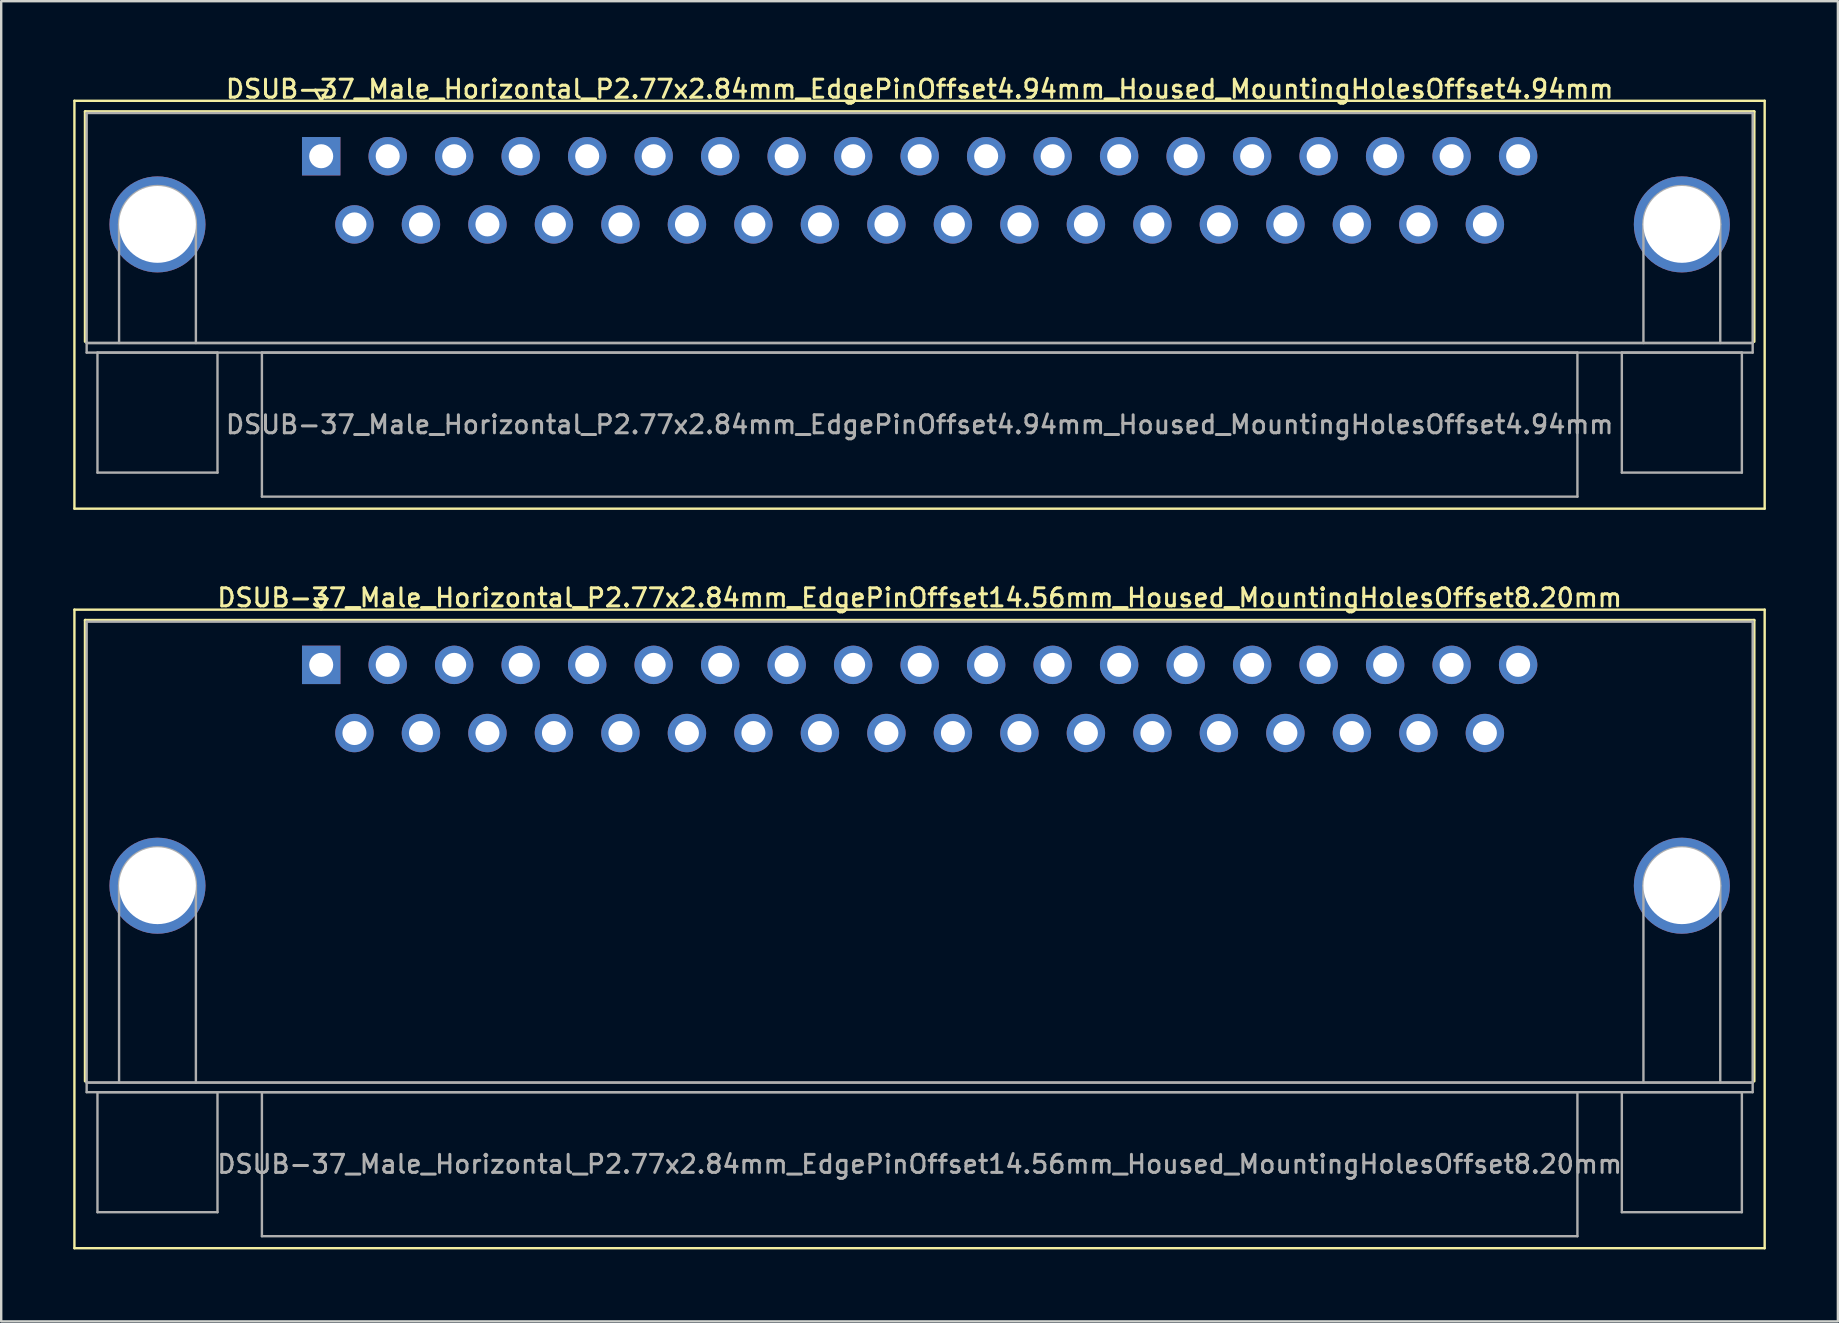
<source format=kicad_pcb>
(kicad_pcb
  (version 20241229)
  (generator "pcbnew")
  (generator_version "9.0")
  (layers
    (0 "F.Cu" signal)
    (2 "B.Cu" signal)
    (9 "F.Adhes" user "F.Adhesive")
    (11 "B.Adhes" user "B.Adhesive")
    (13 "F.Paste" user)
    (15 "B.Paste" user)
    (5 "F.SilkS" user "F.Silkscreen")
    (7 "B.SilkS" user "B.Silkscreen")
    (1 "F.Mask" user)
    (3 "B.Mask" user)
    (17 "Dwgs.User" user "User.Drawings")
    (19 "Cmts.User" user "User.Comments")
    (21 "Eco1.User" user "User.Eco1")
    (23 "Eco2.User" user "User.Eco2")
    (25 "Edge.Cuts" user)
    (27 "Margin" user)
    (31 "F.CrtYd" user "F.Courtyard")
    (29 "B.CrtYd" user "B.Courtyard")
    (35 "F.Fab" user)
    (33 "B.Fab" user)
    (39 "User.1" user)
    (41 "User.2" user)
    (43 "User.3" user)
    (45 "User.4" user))
  (footprint "DSUB-37_Male_Horizontal_P2.77x2.84mm_EdgePinOffset4.94mm_Housed_MountingHolesOffset4.94mm"
    (layer "F.Cu")
    (at 10.33 3.458)
    (property "Reference" "DSUB-37_Male_Horizontal_P2.77x2.84mm_EdgePinOffset4.94mm_Housed_MountingHolesOffset4.94mm" (at 24.93 -2.8 0) (layer "F.SilkS") (effects (font (size 0.75 0.75) (thickness 0.125))))
    (attr through_hole)
    (fp_line (start -10.28 -2.31) (end -10.28 14.68) (stroke (width 0.1) (type solid)) (layer "F.SilkS"))
    (fp_line (start -10.28 14.68) (end 60.13 14.68) (stroke (width 0.1) (type solid)) (layer "F.SilkS"))
    (fp_line (start -9.83 -1.86) (end 59.69 -1.86) (stroke (width 0.12) (type solid)) (layer "F.SilkS"))
    (fp_line (start -9.83 7.72) (end -9.83 -1.86) (stroke (width 0.12) (type solid)) (layer "F.SilkS"))
    (fp_line (start -0.25 -2.754) (end 0.25 -2.754) (stroke (width 0.12) (type solid)) (layer "F.SilkS"))
    (fp_line (start 0 -2.321) (end -0.25 -2.754) (stroke (width 0.12) (type solid)) (layer "F.SilkS"))
    (fp_line (start 0.25 -2.754) (end 0 -2.321) (stroke (width 0.12) (type solid)) (layer "F.SilkS"))
    (fp_line (start 59.69 -1.86) (end 59.69 7.72) (stroke (width 0.12) (type solid)) (layer "F.SilkS"))
    (fp_line (start 60.13 -2.31) (end -10.28 -2.31) (stroke (width 0.1) (type solid)) (layer "F.SilkS"))
    (fp_line (start 60.13 14.68) (end 60.13 -2.31) (stroke (width 0.1) (type solid)) (layer "F.SilkS"))
    (fp_line (start -9.77 -1.8) (end -9.77 7.78) (stroke (width 0.1) (type solid)) (layer "F.Fab"))
    (fp_line (start -9.77 7.78) (end -9.77 8.18) (stroke (width 0.1) (type solid)) (layer "F.Fab"))
    (fp_line (start -9.77 7.78) (end 59.63 7.78) (stroke (width 0.1) (type solid)) (layer "F.Fab"))
    (fp_line (start -9.77 8.18) (end 59.63 8.18) (stroke (width 0.1) (type solid)) (layer "F.Fab"))
    (fp_line (start -9.32 8.18) (end -9.32 13.18) (stroke (width 0.1) (type solid)) (layer "F.Fab"))
    (fp_line (start -9.32 13.18) (end -4.32 13.18) (stroke (width 0.1) (type solid)) (layer "F.Fab"))
    (fp_line (start -8.42 7.78) (end -8.42 2.84) (stroke (width 0.1) (type solid)) (layer "F.Fab"))
    (fp_line (start -5.22 7.78) (end -5.22 2.84) (stroke (width 0.1) (type solid)) (layer "F.Fab"))
    (fp_line (start -4.32 8.18) (end -9.32 8.18) (stroke (width 0.1) (type solid)) (layer "F.Fab"))
    (fp_line (start -4.32 13.18) (end -4.32 8.18) (stroke (width 0.1) (type solid)) (layer "F.Fab"))
    (fp_line (start -2.47 8.18) (end -2.47 14.18) (stroke (width 0.1) (type solid)) (layer "F.Fab"))
    (fp_line (start -2.47 14.18) (end 52.33 14.18) (stroke (width 0.1) (type solid)) (layer "F.Fab"))
    (fp_line (start 52.33 8.18) (end -2.47 8.18) (stroke (width 0.1) (type solid)) (layer "F.Fab"))
    (fp_line (start 52.33 14.18) (end 52.33 8.18) (stroke (width 0.1) (type solid)) (layer "F.Fab"))
    (fp_line (start 54.18 8.18) (end 54.18 13.18) (stroke (width 0.1) (type solid)) (layer "F.Fab"))
    (fp_line (start 54.18 13.18) (end 59.18 13.18) (stroke (width 0.1) (type solid)) (layer "F.Fab"))
    (fp_line (start 55.08 7.78) (end 55.08 2.84) (stroke (width 0.1) (type solid)) (layer "F.Fab"))
    (fp_line (start 58.28 7.78) (end 58.28 2.84) (stroke (width 0.1) (type solid)) (layer "F.Fab"))
    (fp_line (start 59.18 8.18) (end 54.18 8.18) (stroke (width 0.1) (type solid)) (layer "F.Fab"))
    (fp_line (start 59.18 13.18) (end 59.18 8.18) (stroke (width 0.1) (type solid)) (layer "F.Fab"))
    (fp_line (start 59.63 -1.8) (end -9.77 -1.8) (stroke (width 0.1) (type solid)) (layer "F.Fab"))
    (fp_line (start 59.63 7.78) (end -9.77 7.78) (stroke (width 0.1) (type solid)) (layer "F.Fab"))
    (fp_line (start 59.63 7.78) (end 59.63 -1.8) (stroke (width 0.1) (type solid)) (layer "F.Fab"))
    (fp_line (start 59.63 8.18) (end 59.63 7.78) (stroke (width 0.1) (type solid)) (layer "F.Fab"))
    (fp_arc (start -8.42 2.84) (mid -6.82 1.24) (end -5.22 2.84) (stroke (width 0.1) (type solid)) (layer "F.Fab"))
    (fp_arc (start 55.08 2.84) (mid 56.68 1.24) (end 58.28 2.84) (stroke (width 0.1) (type solid)) (layer "F.Fab"))
    (fp_text user "${REFERENCE}" (at 24.93 11.18 0) (layer "F.Fab") (effects (font (size 0.75 0.75) (thickness 0.125))))
    (pad "0" thru_hole circle (at -6.82 2.84) (size 4 4) (drill 3.2) (layers "*.Cu" "*.Mask"))
    (pad "0" thru_hole circle (at 56.68 2.84) (size 4 4) (drill 3.2) (layers "*.Cu" "*.Mask"))
    (pad "1" thru_hole rect (at 0 0) (size 1.6 1.6) (drill 1) (layers "*.Cu" "*.Mask"))
    (pad "2" thru_hole circle (at 2.77 0) (size 1.6 1.6) (drill 1) (layers "*.Cu" "*.Mask"))
    (pad "3" thru_hole circle (at 5.54 0) (size 1.6 1.6) (drill 1) (layers "*.Cu" "*.Mask"))
    (pad "4" thru_hole circle (at 8.31 0) (size 1.6 1.6) (drill 1) (layers "*.Cu" "*.Mask"))
    (pad "5" thru_hole circle (at 11.08 0) (size 1.6 1.6) (drill 1) (layers "*.Cu" "*.Mask"))
    (pad "6" thru_hole circle (at 13.85 0) (size 1.6 1.6) (drill 1) (layers "*.Cu" "*.Mask"))
    (pad "7" thru_hole circle (at 16.62 0) (size 1.6 1.6) (drill 1) (layers "*.Cu" "*.Mask"))
    (pad "8" thru_hole circle (at 19.39 0) (size 1.6 1.6) (drill 1) (layers "*.Cu" "*.Mask"))
    (pad "9" thru_hole circle (at 22.16 0) (size 1.6 1.6) (drill 1) (layers "*.Cu" "*.Mask"))
    (pad "10" thru_hole circle (at 24.93 0) (size 1.6 1.6) (drill 1) (layers "*.Cu" "*.Mask"))
    (pad "11" thru_hole circle (at 27.7 0) (size 1.6 1.6) (drill 1) (layers "*.Cu" "*.Mask"))
    (pad "12" thru_hole circle (at 30.47 0) (size 1.6 1.6) (drill 1) (layers "*.Cu" "*.Mask"))
    (pad "13" thru_hole circle (at 33.24 0) (size 1.6 1.6) (drill 1) (layers "*.Cu" "*.Mask"))
    (pad "14" thru_hole circle (at 36.01 0) (size 1.6 1.6) (drill 1) (layers "*.Cu" "*.Mask"))
    (pad "15" thru_hole circle (at 38.78 0) (size 1.6 1.6) (drill 1) (layers "*.Cu" "*.Mask"))
    (pad "16" thru_hole circle (at 41.55 0) (size 1.6 1.6) (drill 1) (layers "*.Cu" "*.Mask"))
    (pad "17" thru_hole circle (at 44.32 0) (size 1.6 1.6) (drill 1) (layers "*.Cu" "*.Mask"))
    (pad "18" thru_hole circle (at 47.09 0) (size 1.6 1.6) (drill 1) (layers "*.Cu" "*.Mask"))
    (pad "19" thru_hole circle (at 49.86 0) (size 1.6 1.6) (drill 1) (layers "*.Cu" "*.Mask"))
    (pad "20" thru_hole circle (at 1.385 2.84) (size 1.6 1.6) (drill 1) (layers "*.Cu" "*.Mask"))
    (pad "21" thru_hole circle (at 4.155 2.84) (size 1.6 1.6) (drill 1) (layers "*.Cu" "*.Mask"))
    (pad "22" thru_hole circle (at 6.925 2.84) (size 1.6 1.6) (drill 1) (layers "*.Cu" "*.Mask"))
    (pad "23" thru_hole circle (at 9.695 2.84) (size 1.6 1.6) (drill 1) (layers "*.Cu" "*.Mask"))
    (pad "24" thru_hole circle (at 12.465 2.84) (size 1.6 1.6) (drill 1) (layers "*.Cu" "*.Mask"))
    (pad "25" thru_hole circle (at 15.235 2.84) (size 1.6 1.6) (drill 1) (layers "*.Cu" "*.Mask"))
    (pad "26" thru_hole circle (at 18.005 2.84) (size 1.6 1.6) (drill 1) (layers "*.Cu" "*.Mask"))
    (pad "27" thru_hole circle (at 20.775 2.84) (size 1.6 1.6) (drill 1) (layers "*.Cu" "*.Mask"))
    (pad "28" thru_hole circle (at 23.545 2.84) (size 1.6 1.6) (drill 1) (layers "*.Cu" "*.Mask"))
    (pad "29" thru_hole circle (at 26.315 2.84) (size 1.6 1.6) (drill 1) (layers "*.Cu" "*.Mask"))
    (pad "30" thru_hole circle (at 29.085 2.84) (size 1.6 1.6) (drill 1) (layers "*.Cu" "*.Mask"))
    (pad "31" thru_hole circle (at 31.855 2.84) (size 1.6 1.6) (drill 1) (layers "*.Cu" "*.Mask"))
    (pad "32" thru_hole circle (at 34.625 2.84) (size 1.6 1.6) (drill 1) (layers "*.Cu" "*.Mask"))
    (pad "33" thru_hole circle (at 37.395 2.84) (size 1.6 1.6) (drill 1) (layers "*.Cu" "*.Mask"))
    (pad "34" thru_hole circle (at 40.165 2.84) (size 1.6 1.6) (drill 1) (layers "*.Cu" "*.Mask"))
    (pad "35" thru_hole circle (at 42.935 2.84) (size 1.6 1.6) (drill 1) (layers "*.Cu" "*.Mask"))
    (pad "36" thru_hole circle (at 45.705 2.84) (size 1.6 1.6) (drill 1) (layers "*.Cu" "*.Mask"))
    (pad "37" thru_hole circle (at 48.475 2.84) (size 1.6 1.6) (drill 1) (layers "*.Cu" "*.Mask")))
  (footprint "DSUB-37_Male_Horizontal_P2.77x2.84mm_EdgePinOffset14.56mm_Housed_MountingHolesOffset8.20mm"
    (layer "F.Cu")
    (at 10.33 24.646)
    (property "Reference" "DSUB-37_Male_Horizontal_P2.77x2.84mm_EdgePinOffset14.56mm_Housed_MountingHolesOffset8.20mm" (at 24.93 -2.8 0) (layer "F.SilkS") (effects (font (size 0.75 0.75) (thickness 0.125))))
    (attr through_hole)
    (fp_line (start -10.28 -2.3) (end -10.28 24.3) (stroke (width 0.1) (type solid)) (layer "F.SilkS"))
    (fp_line (start -10.28 24.3) (end 60.13 24.3) (stroke (width 0.1) (type solid)) (layer "F.SilkS"))
    (fp_line (start -9.83 -1.86) (end 59.69 -1.86) (stroke (width 0.12) (type solid)) (layer "F.SilkS"))
    (fp_line (start -9.83 17.34) (end -9.83 -1.86) (stroke (width 0.12) (type solid)) (layer "F.SilkS"))
    (fp_line (start -0.25 -2.754) (end 0.25 -2.754) (stroke (width 0.12) (type solid)) (layer "F.SilkS"))
    (fp_line (start 0 -2.321) (end -0.25 -2.754) (stroke (width 0.12) (type solid)) (layer "F.SilkS"))
    (fp_line (start 0.25 -2.754) (end 0 -2.321) (stroke (width 0.12) (type solid)) (layer "F.SilkS"))
    (fp_line (start 59.69 -1.86) (end 59.69 17.34) (stroke (width 0.12) (type solid)) (layer "F.SilkS"))
    (fp_line (start 60.13 -2.3) (end -10.28 -2.3) (stroke (width 0.1) (type solid)) (layer "F.SilkS"))
    (fp_line (start 60.13 24.3) (end 60.13 -2.3) (stroke (width 0.1) (type solid)) (layer "F.SilkS"))
    (fp_line (start -9.77 -1.8) (end -9.77 17.4) (stroke (width 0.1) (type solid)) (layer "F.Fab"))
    (fp_line (start -9.77 17.4) (end -9.77 17.8) (stroke (width 0.1) (type solid)) (layer "F.Fab"))
    (fp_line (start -9.77 17.4) (end 59.63 17.4) (stroke (width 0.1) (type solid)) (layer "F.Fab"))
    (fp_line (start -9.77 17.8) (end 59.63 17.8) (stroke (width 0.1) (type solid)) (layer "F.Fab"))
    (fp_line (start -9.32 17.8) (end -9.32 22.8) (stroke (width 0.1) (type solid)) (layer "F.Fab"))
    (fp_line (start -9.32 22.8) (end -4.32 22.8) (stroke (width 0.1) (type solid)) (layer "F.Fab"))
    (fp_line (start -8.42 17.4) (end -8.42 9.2) (stroke (width 0.1) (type solid)) (layer "F.Fab"))
    (fp_line (start -5.22 17.4) (end -5.22 9.2) (stroke (width 0.1) (type solid)) (layer "F.Fab"))
    (fp_line (start -4.32 17.8) (end -9.32 17.8) (stroke (width 0.1) (type solid)) (layer "F.Fab"))
    (fp_line (start -4.32 22.8) (end -4.32 17.8) (stroke (width 0.1) (type solid)) (layer "F.Fab"))
    (fp_line (start -2.47 17.8) (end -2.47 23.8) (stroke (width 0.1) (type solid)) (layer "F.Fab"))
    (fp_line (start -2.47 23.8) (end 52.33 23.8) (stroke (width 0.1) (type solid)) (layer "F.Fab"))
    (fp_line (start 52.33 17.8) (end -2.47 17.8) (stroke (width 0.1) (type solid)) (layer "F.Fab"))
    (fp_line (start 52.33 23.8) (end 52.33 17.8) (stroke (width 0.1) (type solid)) (layer "F.Fab"))
    (fp_line (start 54.18 17.8) (end 54.18 22.8) (stroke (width 0.1) (type solid)) (layer "F.Fab"))
    (fp_line (start 54.18 22.8) (end 59.18 22.8) (stroke (width 0.1) (type solid)) (layer "F.Fab"))
    (fp_line (start 55.08 17.4) (end 55.08 9.2) (stroke (width 0.1) (type solid)) (layer "F.Fab"))
    (fp_line (start 58.28 17.4) (end 58.28 9.2) (stroke (width 0.1) (type solid)) (layer "F.Fab"))
    (fp_line (start 59.18 17.8) (end 54.18 17.8) (stroke (width 0.1) (type solid)) (layer "F.Fab"))
    (fp_line (start 59.18 22.8) (end 59.18 17.8) (stroke (width 0.1) (type solid)) (layer "F.Fab"))
    (fp_line (start 59.63 -1.8) (end -9.77 -1.8) (stroke (width 0.1) (type solid)) (layer "F.Fab"))
    (fp_line (start 59.63 17.4) (end -9.77 17.4) (stroke (width 0.1) (type solid)) (layer "F.Fab"))
    (fp_line (start 59.63 17.4) (end 59.63 -1.8) (stroke (width 0.1) (type solid)) (layer "F.Fab"))
    (fp_line (start 59.63 17.8) (end 59.63 17.4) (stroke (width 0.1) (type solid)) (layer "F.Fab"))
    (fp_arc (start -8.42 9.2) (mid -6.82 7.6) (end -5.22 9.2) (stroke (width 0.1) (type solid)) (layer "F.Fab"))
    (fp_arc (start 55.08 9.2) (mid 56.68 7.6) (end 58.28 9.2) (stroke (width 0.1) (type solid)) (layer "F.Fab"))
    (fp_text user "${REFERENCE}" (at 24.93 20.8 0) (layer "F.Fab") (effects (font (size 0.75 0.75) (thickness 0.125))))
    (pad "0" thru_hole circle (at -6.82 9.2) (size 4 4) (drill 3.2) (layers "*.Cu" "*.Mask"))
    (pad "0" thru_hole circle (at 56.68 9.2) (size 4 4) (drill 3.2) (layers "*.Cu" "*.Mask"))
    (pad "1" thru_hole rect (at 0 0) (size 1.6 1.6) (drill 1) (layers "*.Cu" "*.Mask"))
    (pad "2" thru_hole circle (at 2.77 0) (size 1.6 1.6) (drill 1) (layers "*.Cu" "*.Mask"))
    (pad "3" thru_hole circle (at 5.54 0) (size 1.6 1.6) (drill 1) (layers "*.Cu" "*.Mask"))
    (pad "4" thru_hole circle (at 8.31 0) (size 1.6 1.6) (drill 1) (layers "*.Cu" "*.Mask"))
    (pad "5" thru_hole circle (at 11.08 0) (size 1.6 1.6) (drill 1) (layers "*.Cu" "*.Mask"))
    (pad "6" thru_hole circle (at 13.85 0) (size 1.6 1.6) (drill 1) (layers "*.Cu" "*.Mask"))
    (pad "7" thru_hole circle (at 16.62 0) (size 1.6 1.6) (drill 1) (layers "*.Cu" "*.Mask"))
    (pad "8" thru_hole circle (at 19.39 0) (size 1.6 1.6) (drill 1) (layers "*.Cu" "*.Mask"))
    (pad "9" thru_hole circle (at 22.16 0) (size 1.6 1.6) (drill 1) (layers "*.Cu" "*.Mask"))
    (pad "10" thru_hole circle (at 24.93 0) (size 1.6 1.6) (drill 1) (layers "*.Cu" "*.Mask"))
    (pad "11" thru_hole circle (at 27.7 0) (size 1.6 1.6) (drill 1) (layers "*.Cu" "*.Mask"))
    (pad "12" thru_hole circle (at 30.47 0) (size 1.6 1.6) (drill 1) (layers "*.Cu" "*.Mask"))
    (pad "13" thru_hole circle (at 33.24 0) (size 1.6 1.6) (drill 1) (layers "*.Cu" "*.Mask"))
    (pad "14" thru_hole circle (at 36.01 0) (size 1.6 1.6) (drill 1) (layers "*.Cu" "*.Mask"))
    (pad "15" thru_hole circle (at 38.78 0) (size 1.6 1.6) (drill 1) (layers "*.Cu" "*.Mask"))
    (pad "16" thru_hole circle (at 41.55 0) (size 1.6 1.6) (drill 1) (layers "*.Cu" "*.Mask"))
    (pad "17" thru_hole circle (at 44.32 0) (size 1.6 1.6) (drill 1) (layers "*.Cu" "*.Mask"))
    (pad "18" thru_hole circle (at 47.09 0) (size 1.6 1.6) (drill 1) (layers "*.Cu" "*.Mask"))
    (pad "19" thru_hole circle (at 49.86 0) (size 1.6 1.6) (drill 1) (layers "*.Cu" "*.Mask"))
    (pad "20" thru_hole circle (at 1.385 2.84) (size 1.6 1.6) (drill 1) (layers "*.Cu" "*.Mask"))
    (pad "21" thru_hole circle (at 4.155 2.84) (size 1.6 1.6) (drill 1) (layers "*.Cu" "*.Mask"))
    (pad "22" thru_hole circle (at 6.925 2.84) (size 1.6 1.6) (drill 1) (layers "*.Cu" "*.Mask"))
    (pad "23" thru_hole circle (at 9.695 2.84) (size 1.6 1.6) (drill 1) (layers "*.Cu" "*.Mask"))
    (pad "24" thru_hole circle (at 12.465 2.84) (size 1.6 1.6) (drill 1) (layers "*.Cu" "*.Mask"))
    (pad "25" thru_hole circle (at 15.235 2.84) (size 1.6 1.6) (drill 1) (layers "*.Cu" "*.Mask"))
    (pad "26" thru_hole circle (at 18.005 2.84) (size 1.6 1.6) (drill 1) (layers "*.Cu" "*.Mask"))
    (pad "27" thru_hole circle (at 20.775 2.84) (size 1.6 1.6) (drill 1) (layers "*.Cu" "*.Mask"))
    (pad "28" thru_hole circle (at 23.545 2.84) (size 1.6 1.6) (drill 1) (layers "*.Cu" "*.Mask"))
    (pad "29" thru_hole circle (at 26.315 2.84) (size 1.6 1.6) (drill 1) (layers "*.Cu" "*.Mask"))
    (pad "30" thru_hole circle (at 29.085 2.84) (size 1.6 1.6) (drill 1) (layers "*.Cu" "*.Mask"))
    (pad "31" thru_hole circle (at 31.855 2.84) (size 1.6 1.6) (drill 1) (layers "*.Cu" "*.Mask"))
    (pad "32" thru_hole circle (at 34.625 2.84) (size 1.6 1.6) (drill 1) (layers "*.Cu" "*.Mask"))
    (pad "33" thru_hole circle (at 37.395 2.84) (size 1.6 1.6) (drill 1) (layers "*.Cu" "*.Mask"))
    (pad "34" thru_hole circle (at 40.165 2.84) (size 1.6 1.6) (drill 1) (layers "*.Cu" "*.Mask"))
    (pad "35" thru_hole circle (at 42.935 2.84) (size 1.6 1.6) (drill 1) (layers "*.Cu" "*.Mask"))
    (pad "36" thru_hole circle (at 45.705 2.84) (size 1.6 1.6) (drill 1) (layers "*.Cu" "*.Mask"))
    (pad "37" thru_hole circle (at 48.475 2.84) (size 1.6 1.6) (drill 1) (layers "*.Cu" "*.Mask")))
  (gr_rect
    (start -3 -3)
    (end 73.51 51.996)
    (stroke (width 0.1) (type default))
    (fill no)
    (layer "Edge.Cuts")))
</source>
